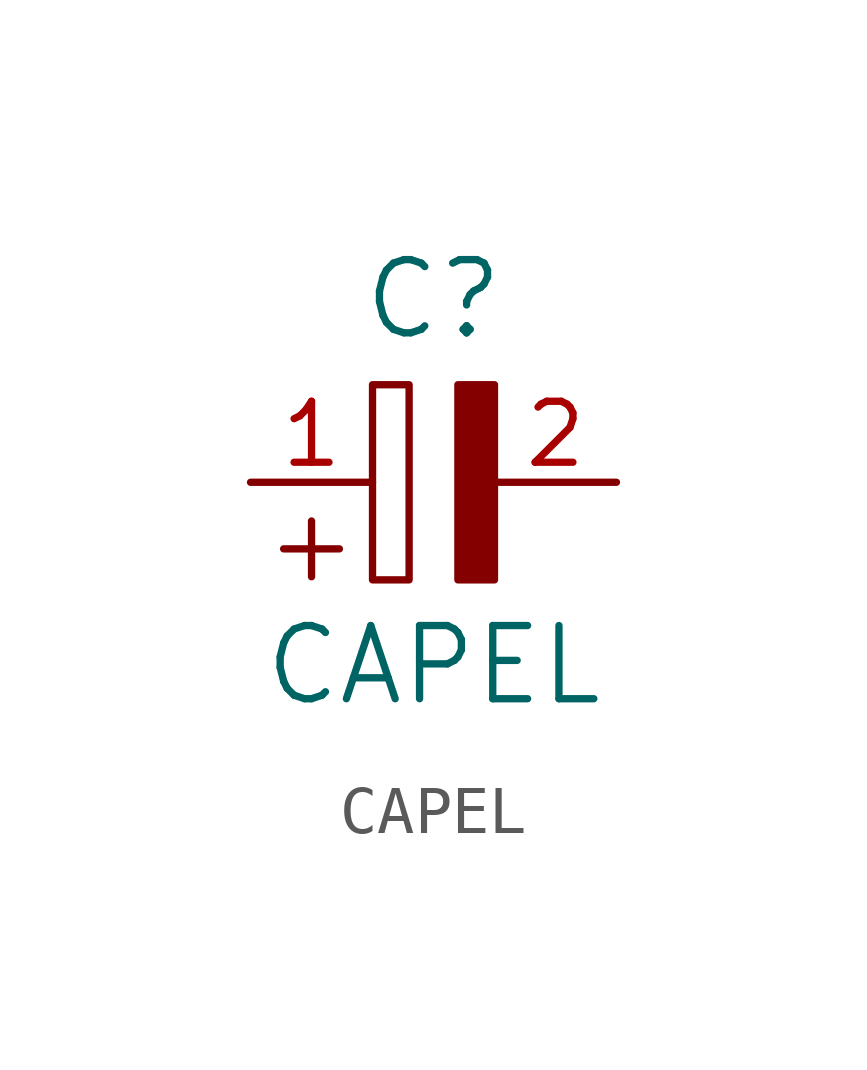
<source format=kicad_sym>
(kicad_symbol_lib
  (version 20211014)
  (generator kicad_symbol_editor)
  (symbol "CAPEL"
    (pin_names
      (offset 1.016) hide)
    (property "Reference" "C"
      (at 0 3.81 0)
      (effects (font (size 1.524 1.524))))
    (property "Value" "CAPEL"
      (at 0 -3.81 0)
      (effects (font (size 1.524 1.524))))
    (property "Footprint" ""
      (at 0 0 0)
      (effects (font (size 1.524 1.524))))
    (property "Datasheet" ""
      (at 0 0 0)
      (effects (font (size 1.524 1.524))))
    (symbol "CAPEL_0_0"
      (rectangle (start 0.508 2.032) (end 1.27 -2.032) (stroke (width 0) (type default) (color 0 0 0 0)) (fill (type outline)))
      (text "+" (at -2.54 -1.27 0) (effects (font (size 1.524 1.524)))))
    (symbol "CAPEL_0_1"
      (rectangle (start -1.27 2.032) (end -0.508 -2.032) (stroke (width 0) (type default) (color 0 0 0 0)) (fill (type none))))
    (symbol "CAPEL_1_1"
      (pin passive line (at -3.81 0 0) (length 2.54) (name "~" (effects (font (size 1.27 1.27)))) (number "1" (effects (font (size 1.27 1.27)))))
      (pin passive line (at 3.81 0 180) (length 2.54) (name "~" (effects (font (size 1.27 1.27)))) (number "2" (effects (font (size 1.27 1.27))))))))
</source>
